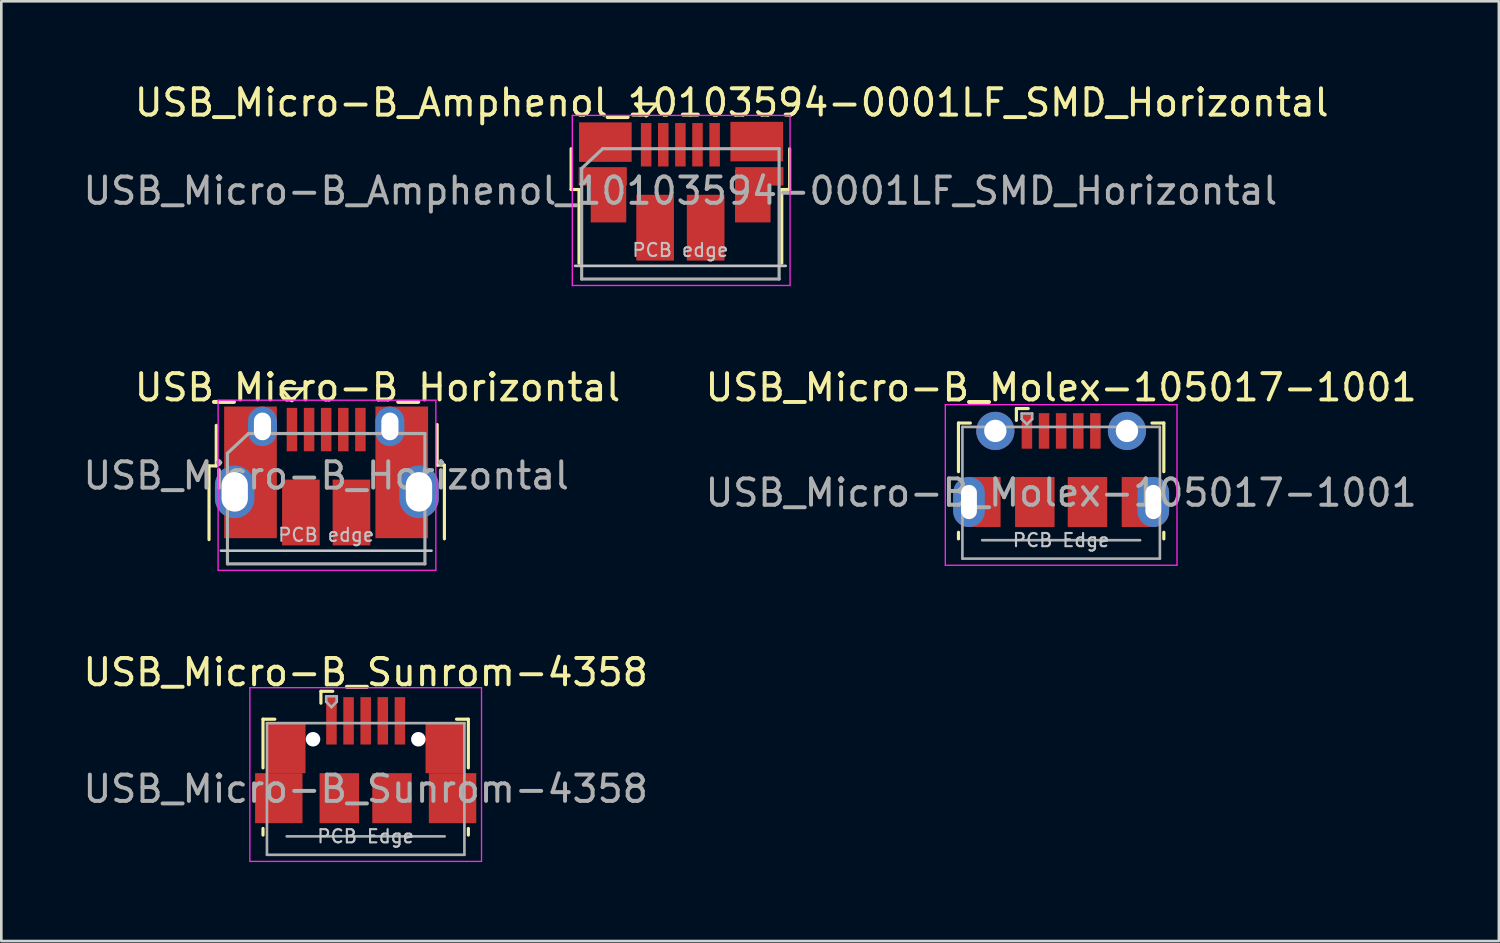
<source format=kicad_pcb>
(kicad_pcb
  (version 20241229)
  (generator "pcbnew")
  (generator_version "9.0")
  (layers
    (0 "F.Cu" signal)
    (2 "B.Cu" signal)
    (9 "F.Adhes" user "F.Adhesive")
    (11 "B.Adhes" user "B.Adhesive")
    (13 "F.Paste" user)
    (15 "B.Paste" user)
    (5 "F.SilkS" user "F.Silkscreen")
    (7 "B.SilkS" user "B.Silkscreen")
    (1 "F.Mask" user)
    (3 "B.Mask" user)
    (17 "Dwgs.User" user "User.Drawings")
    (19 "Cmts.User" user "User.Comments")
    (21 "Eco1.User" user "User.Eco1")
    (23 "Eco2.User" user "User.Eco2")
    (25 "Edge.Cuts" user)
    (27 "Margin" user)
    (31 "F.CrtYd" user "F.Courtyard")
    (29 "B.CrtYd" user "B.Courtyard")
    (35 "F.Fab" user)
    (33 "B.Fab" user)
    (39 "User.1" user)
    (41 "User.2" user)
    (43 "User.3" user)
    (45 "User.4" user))
  (footprint "USB_Micro-B_Sunrom-4358"
    (layer "F.Cu")
    (at 10.839 26.028)
    (property "Reference" "USB_Micro-B_Sunrom-4358" (at 0 -3.543 0) (layer "F.SilkS") (effects (font (size 1 1) (thickness 0.15))))
    (attr smd)
    (fp_line (start -3.9 -1.762) (end -3.45 -1.762) (stroke (width 0.12) (type solid)) (layer "F.SilkS"))
    (fp_line (start -3.9 0.087) (end -3.9 -1.762) (stroke (width 0.12) (type solid)) (layer "F.SilkS"))
    (fp_line (start -3.9 2.638) (end -3.9 2.388) (stroke (width 0.12) (type solid)) (layer "F.SilkS"))
    (fp_line (start -1.7 -2.821) (end -1.7 -2.37) (stroke (width 0.12) (type solid)) (layer "F.SilkS"))
    (fp_line (start -1.7 -2.821) (end -1.25 -2.821) (stroke (width 0.12) (type solid)) (layer "F.SilkS"))
    (fp_line (start 3.9 -1.762) (end 3.45 -1.762) (stroke (width 0.12) (type solid)) (layer "F.SilkS"))
    (fp_line (start 3.9 0.087) (end 3.9 -1.762) (stroke (width 0.12) (type solid)) (layer "F.SilkS"))
    (fp_line (start 3.9 2.638) (end 3.9 2.388) (stroke (width 0.12) (type solid)) (layer "F.SilkS"))
    (fp_line (start -4.4 -2.959) (end 4.4 -2.959) (stroke (width 0.05) (type solid)) (layer "F.CrtYd"))
    (fp_line (start -4.4 3.64) (end -4.4 -2.959) (stroke (width 0.05) (type solid)) (layer "F.CrtYd"))
    (fp_line (start -4.4 3.64) (end 4.4 3.64) (stroke (width 0.05) (type solid)) (layer "F.CrtYd"))
    (fp_line (start 4.4 -2.959) (end 4.4 3.64) (stroke (width 0.05) (type solid)) (layer "F.CrtYd"))
    (fp_line (start -3.75 -1.613) (end 3.75 -1.613) (stroke (width 0.1) (type solid)) (layer "F.Fab"))
    (fp_line (start -3.75 3.388) (end -3.75 -1.613) (stroke (width 0.1) (type solid)) (layer "F.Fab"))
    (fp_line (start -3.75 3.389) (end 3.75 3.389) (stroke (width 0.1) (type solid)) (layer "F.Fab"))
    (fp_line (start -3 2.689) (end 3 2.689) (stroke (width 0.1) (type solid)) (layer "F.Fab"))
    (fp_line (start -1.5 -2.631) (end -1.5 -2.421) (stroke (width 0.1) (type solid)) (layer "F.Fab"))
    (fp_line (start -1.5 -2.631) (end -1.1 -2.631) (stroke (width 0.1) (type solid)) (layer "F.Fab"))
    (fp_line (start -1.3 -2.22) (end -1.5 -2.421) (stroke (width 0.1) (type solid)) (layer "F.Fab"))
    (fp_line (start -1.1 -2.631) (end -1.1 -2.421) (stroke (width 0.1) (type solid)) (layer "F.Fab"))
    (fp_line (start -1.1 -2.421) (end -1.3 -2.22) (stroke (width 0.1) (type solid)) (layer "F.Fab"))
    (fp_line (start 3.75 3.388) (end 3.75 -1.613) (stroke (width 0.1) (type solid)) (layer "F.Fab"))
    (fp_text user "PCB Edge" (at 0 2.688 0) (layer "Dwgs.User") (effects (font (size 0.5 0.5) (thickness 0.08))))
    (fp_text user "${REFERENCE}" (at 0 0.887 0) (layer "F.Fab") (effects (font (size 1 1) (thickness 0.15))))
    (pad "" np_thru_hole circle (at -2 -1) (size 0.55 0.55) (drill 0.55) (layers "*.Cu" "*.Mask"))
    (pad "" np_thru_hole circle (at 2 -1) (size 0.55 0.55) (drill 0.55) (layers "*.Cu" "*.Mask"))
    (pad "1" smd rect (at -1.3 -1.7) (size 0.4 1.8) (layers "F.Cu" "F.Mask" "F.Paste"))
    (pad "2" smd rect (at -0.65 -1.7) (size 0.4 1.8) (layers "F.Cu" "F.Mask" "F.Paste"))
    (pad "3" smd rect (at 0 -1.7) (size 0.4 1.8) (layers "F.Cu" "F.Mask" "F.Paste"))
    (pad "4" smd rect (at 0.65 -1.7) (size 0.4 1.8) (layers "F.Cu" "F.Mask" "F.Paste"))
    (pad "5" smd rect (at 1.3 -1.7) (size 0.4 1.8) (layers "F.Cu" "F.Mask" "F.Paste"))
    (pad "6" smd rect (at -3.3 1.238) (size 1.8 1.9) (layers "F.Cu" "F.Mask" "F.Paste"))
    (pad "6" smd rect (at -3.035 -0.66) (size 1.5 1.9) (layers "F.Cu" "F.Mask" "F.Paste"))
    (pad "6" smd rect (at -1 1.238) (size 1.5 1.9) (layers "F.Cu" "F.Mask" "F.Paste"))
    (pad "6" smd rect (at 1 1.238) (size 1.5 1.9) (layers "F.Cu" "F.Mask" "F.Paste"))
    (pad "6" smd rect (at 3.023 -0.66) (size 1.5 1.9) (layers "F.Cu" "F.Mask" "F.Paste"))
    (pad "6" smd rect (at 3.3 1.238) (size 1.8 1.9) (layers "F.Cu" "F.Mask" "F.Paste")))
  (footprint "USB_Micro-B_Amphenol_10103594-0001LF_SMD_Horizontal"
    (layer "F.Cu")
    (at 22.817 4.213)
    (property "Reference" "USB_Micro-B_Amphenol_10103594-0001LF_SMD_Horizontal" (at 1.925 -3.365 0) (layer "F.SilkS") (effects (font (size 1 1) (thickness 0.15))))
    (attr smd)
    (fp_line (start -4.175 -0.065) (end -4.175 -1.615) (stroke (width 0.12) (type solid)) (layer "F.SilkS"))
    (fp_line (start -4.175 -0.065) (end -3.875 -0.065) (stroke (width 0.12) (type solid)) (layer "F.SilkS"))
    (fp_line (start -3.875 2.735) (end -3.875 -0.065) (stroke (width 0.12) (type solid)) (layer "F.SilkS"))
    (fp_line (start -1.725 -3.315) (end -0.925 -3.315) (stroke (width 0.12) (type solid)) (layer "F.SilkS"))
    (fp_line (start -1.325 -2.865) (end -1.725 -3.315) (stroke (width 0.12) (type solid)) (layer "F.SilkS"))
    (fp_line (start -0.925 -3.315) (end -1.325 -2.865) (stroke (width 0.12) (type solid)) (layer "F.SilkS"))
    (fp_line (start 3.825 -0.065) (end 4.125 -0.065) (stroke (width 0.12) (type solid)) (layer "F.SilkS"))
    (fp_line (start 3.825 2.735) (end 3.825 -0.065) (stroke (width 0.12) (type solid)) (layer "F.SilkS"))
    (fp_line (start 4.125 -0.065) (end 4.125 -1.615) (stroke (width 0.12) (type solid)) (layer "F.SilkS"))
    (fp_line (start -4.025 2.835) (end 3.975 2.835) (stroke (width 0.1) (type solid)) (layer "Dwgs.User"))
    (fp_line (start -4.13 -2.88) (end -4.13 3.58) (stroke (width 0.05) (type solid)) (layer "F.CrtYd"))
    (fp_line (start -4.13 -2.88) (end 4.14 -2.88) (stroke (width 0.05) (type solid)) (layer "F.CrtYd"))
    (fp_line (start 4.14 3.58) (end -4.13 3.58) (stroke (width 0.05) (type solid)) (layer "F.CrtYd"))
    (fp_line (start 4.14 3.58) (end 4.14 -2.88) (stroke (width 0.05) (type solid)) (layer "F.CrtYd"))
    (fp_line (start -3.775 -0.865) (end -2.975 -1.615) (stroke (width 0.12) (type solid)) (layer "F.Fab"))
    (fp_line (start -3.775 3.335) (end -3.775 -0.865) (stroke (width 0.12) (type solid)) (layer "F.Fab"))
    (fp_line (start -2.975 -1.615) (end 3.725 -1.615) (stroke (width 0.12) (type solid)) (layer "F.Fab"))
    (fp_line (start 3.725 -1.615) (end 3.725 3.335) (stroke (width 0.12) (type solid)) (layer "F.Fab"))
    (fp_line (start 3.725 3.335) (end -3.775 3.335) (stroke (width 0.12) (type solid)) (layer "F.Fab"))
    (fp_text user "PCB edge" (at -0.025 2.235 0) (layer "Dwgs.User") (effects (font (size 0.5 0.5) (thickness 0.075))))
    (fp_text user "${REFERENCE}" (at -0.025 -0.015 0) (layer "F.Fab") (effects (font (size 1 1) (thickness 0.15))))
    (pad "1" smd rect (at -1.325 -1.765 90) (size 1.65 0.4) (layers "F.Cu" "F.Mask" "F.Paste"))
    (pad "2" smd rect (at -0.675 -1.765 90) (size 1.65 0.4) (layers "F.Cu" "F.Mask" "F.Paste"))
    (pad "3" smd rect (at -0.025 -1.765 90) (size 1.65 0.4) (layers "F.Cu" "F.Mask" "F.Paste"))
    (pad "4" smd rect (at 0.625 -1.765 90) (size 1.65 0.4) (layers "F.Cu" "F.Mask" "F.Paste"))
    (pad "5" smd rect (at 1.275 -1.765 90) (size 1.65 0.4) (layers "F.Cu" "F.Mask" "F.Paste"))
    (pad "6" smd rect (at -2.975 -0.565) (size 1.825 0.7) (layers "F.Cu" "F.Mask" "F.Paste"))
    (pad "6" smd rect (at -2.875 -1.865) (size 2 1.5) (layers "F.Cu" "F.Mask" "F.Paste"))
    (pad "6" smd rect (at -2.755 0.185) (size 1.35 2) (layers "F.Cu" "F.Mask" "F.Paste"))
    (pad "6" smd rect (at -0.985 1.385 90) (size 2.5 1.43) (layers "F.Cu" "F.Mask" "F.Paste"))
    (pad "6" smd rect (at 0.935 1.385 90) (size 2.5 1.43) (layers "F.Cu" "F.Mask" "F.Paste"))
    (pad "6" smd rect (at 2.725 0.185) (size 1.35 2) (layers "F.Cu" "F.Mask" "F.Paste"))
    (pad "6" smd rect (at 2.875 -1.885) (size 2 1.5) (layers "F.Cu" "F.Mask" "F.Paste"))
    (pad "6" smd rect (at 2.975 -0.565) (size 1.825 0.7) (layers "F.Cu" "F.Mask" "F.Paste")))
  (footprint "USB_Micro-B_Horizontal"
    (layer "F.Cu")
    (at 9.364 15.031)
    (property "Reference" "USB_Micro-B_Horizontal" (at 1.925 -3.365 0) (layer "F.SilkS") (effects (font (size 1 1) (thickness 0.15))))
    (attr smd)
    (fp_line (start -4.475 -0.385) (end -4.2 -0.385) (stroke (width 0.12) (type solid)) (layer "F.SilkS"))
    (fp_line (start -4.475 2.415) (end -4.475 -0.385) (stroke (width 0.12) (type solid)) (layer "F.SilkS"))
    (fp_line (start -4.2 -0.385) (end -4.2 -1.925) (stroke (width 0.12) (type solid)) (layer "F.SilkS"))
    (fp_line (start -1.725 -3.315) (end -0.925 -3.315) (stroke (width 0.12) (type solid)) (layer "F.SilkS"))
    (fp_line (start -1.325 -2.865) (end -1.725 -3.315) (stroke (width 0.12) (type solid)) (layer "F.SilkS"))
    (fp_line (start -0.925 -3.315) (end -1.325 -2.865) (stroke (width 0.12) (type solid)) (layer "F.SilkS"))
    (fp_line (start 4.19 -0.415) (end 4.19 -1.955) (stroke (width 0.12) (type solid)) (layer "F.SilkS"))
    (fp_line (start 4.19 -0.415) (end 4.465 -0.415) (stroke (width 0.12) (type solid)) (layer "F.SilkS"))
    (fp_line (start 4.465 2.385) (end 4.465 -0.415) (stroke (width 0.12) (type solid)) (layer "F.SilkS"))
    (fp_line (start -4.025 2.835) (end 3.975 2.835) (stroke (width 0.1) (type solid)) (layer "Dwgs.User"))
    (fp_line (start -4.13 -2.88) (end -4.13 3.58) (stroke (width 0.05) (type solid)) (layer "F.CrtYd"))
    (fp_line (start -4.13 -2.88) (end 4.14 -2.88) (stroke (width 0.05) (type solid)) (layer "F.CrtYd"))
    (fp_line (start 4.14 3.58) (end -4.13 3.58) (stroke (width 0.05) (type solid)) (layer "F.CrtYd"))
    (fp_line (start 4.14 3.58) (end 4.14 -2.88) (stroke (width 0.05) (type solid)) (layer "F.CrtYd"))
    (fp_line (start -3.775 -0.865) (end -2.975 -1.615) (stroke (width 0.12) (type solid)) (layer "F.Fab"))
    (fp_line (start -3.775 3.335) (end -3.775 -0.865) (stroke (width 0.12) (type solid)) (layer "F.Fab"))
    (fp_line (start -2.975 -1.615) (end 3.725 -1.615) (stroke (width 0.12) (type solid)) (layer "F.Fab"))
    (fp_line (start 3.725 -1.615) (end 3.725 3.335) (stroke (width 0.12) (type solid)) (layer "F.Fab"))
    (fp_line (start 3.725 3.335) (end -3.775 3.335) (stroke (width 0.12) (type solid)) (layer "F.Fab"))
    (fp_text user "PCB edge" (at -0.025 2.235 0) (layer "Dwgs.User") (effects (font (size 0.5 0.5) (thickness 0.075))))
    (fp_text user "${REFERENCE}" (at -0.025 -0.015 0) (layer "F.Fab") (effects (font (size 1 1) (thickness 0.15))))
    (pad "1" smd rect (at -1.325 -1.765 90) (size 1.65 0.4) (layers "F.Cu" "F.Mask" "F.Paste"))
    (pad "2" smd rect (at -0.675 -1.765 90) (size 1.65 0.4) (layers "F.Cu" "F.Mask" "F.Paste"))
    (pad "3" smd rect (at -0.025 -1.765 90) (size 1.65 0.4) (layers "F.Cu" "F.Mask" "F.Paste"))
    (pad "4" smd rect (at 0.625 -1.765 90) (size 1.65 0.4) (layers "F.Cu" "F.Mask" "F.Paste"))
    (pad "5" smd rect (at 1.275 -1.765 90) (size 1.65 0.4) (layers "F.Cu" "F.Mask" "F.Paste"))
    (pad "6" thru_hole oval (at -3.5 0.6 90) (size 2 1.5) (drill oval 1.5 1) (layers "*.Cu" "*.Mask"))
    (pad "6" smd rect (at -2.9 -0.14) (size 2 5) (layers "F.Cu" "F.Mask" "F.Paste"))
    (pad "6" thru_hole oval (at -2.445 -1.885 90) (size 1.5 1.1) (drill oval 1.05 0.65) (layers "*.Cu" "*.Mask"))
    (pad "6" smd rect (at -0.985 1.385 90) (size 2.5 1.43) (layers "F.Cu" "F.Mask" "F.Paste"))
    (pad "6" smd rect (at 0.935 1.385 90) (size 2.5 1.43) (layers "F.Cu" "F.Mask" "F.Paste"))
    (pad "6" thru_hole oval (at 2.395 -1.885 90) (size 1.5 1.1) (drill oval 1.05 0.65) (layers "*.Cu" "*.Mask"))
    (pad "6" smd rect (at 2.845 -0.14) (size 2 5) (layers "F.Cu" "F.Mask" "F.Paste"))
    (pad "6" thru_hole oval (at 3.5 0.6 90) (size 2 1.5) (drill oval 1.5 1) (layers "*.Cu" "*.Mask")))
  (footprint "USB_Micro-B_Molex-105017-1001"
    (layer "F.Cu")
    (at 37.254 14.779)
    (property "Reference" "USB_Micro-B_Molex-105017-1001" (at 0 -3.112 0) (layer "F.SilkS") (effects (font (size 1 1) (thickness 0.15))))
    (attr smd)
    (fp_line (start -3.9 -1.762) (end -3.45 -1.762) (stroke (width 0.12) (type solid)) (layer "F.SilkS"))
    (fp_line (start -3.9 0.087) (end -3.9 -1.762) (stroke (width 0.12) (type solid)) (layer "F.SilkS"))
    (fp_line (start -3.9 2.638) (end -3.9 2.388) (stroke (width 0.12) (type solid)) (layer "F.SilkS"))
    (fp_line (start -1.7 -2.312) (end -1.7 -1.863) (stroke (width 0.12) (type solid)) (layer "F.SilkS"))
    (fp_line (start -1.7 -2.312) (end -1.25 -2.312) (stroke (width 0.12) (type solid)) (layer "F.SilkS"))
    (fp_line (start 3.9 -1.762) (end 3.45 -1.762) (stroke (width 0.12) (type solid)) (layer "F.SilkS"))
    (fp_line (start 3.9 0.087) (end 3.9 -1.762) (stroke (width 0.12) (type solid)) (layer "F.SilkS"))
    (fp_line (start 3.9 2.638) (end 3.9 2.388) (stroke (width 0.12) (type solid)) (layer "F.SilkS"))
    (fp_line (start -4.4 -2.46) (end 4.4 -2.46) (stroke (width 0.05) (type solid)) (layer "F.CrtYd"))
    (fp_line (start -4.4 3.64) (end -4.4 -2.46) (stroke (width 0.05) (type solid)) (layer "F.CrtYd"))
    (fp_line (start -4.4 3.64) (end 4.4 3.64) (stroke (width 0.05) (type solid)) (layer "F.CrtYd"))
    (fp_line (start 4.4 -2.46) (end 4.4 3.64) (stroke (width 0.05) (type solid)) (layer "F.CrtYd"))
    (fp_line (start -3.75 -1.613) (end 3.75 -1.613) (stroke (width 0.1) (type solid)) (layer "F.Fab"))
    (fp_line (start -3.75 3.388) (end -3.75 -1.613) (stroke (width 0.1) (type solid)) (layer "F.Fab"))
    (fp_line (start -3.75 3.389) (end 3.75 3.389) (stroke (width 0.1) (type solid)) (layer "F.Fab"))
    (fp_line (start -3 2.689) (end 3 2.689) (stroke (width 0.1) (type solid)) (layer "F.Fab"))
    (fp_line (start -1.5 -2.123) (end -1.5 -1.913) (stroke (width 0.1) (type solid)) (layer "F.Fab"))
    (fp_line (start -1.5 -2.123) (end -1.1 -2.123) (stroke (width 0.1) (type solid)) (layer "F.Fab"))
    (fp_line (start -1.3 -1.712) (end -1.5 -1.913) (stroke (width 0.1) (type solid)) (layer "F.Fab"))
    (fp_line (start -1.1 -2.123) (end -1.1 -1.913) (stroke (width 0.1) (type solid)) (layer "F.Fab"))
    (fp_line (start -1.1 -1.913) (end -1.3 -1.712) (stroke (width 0.1) (type solid)) (layer "F.Fab"))
    (fp_line (start 3.75 3.388) (end 3.75 -1.613) (stroke (width 0.1) (type solid)) (layer "F.Fab"))
    (fp_text user "PCB Edge" (at 0 2.688 0) (layer "Dwgs.User") (effects (font (size 0.5 0.5) (thickness 0.08))))
    (fp_text user "${REFERENCE}" (at 0 0.887 0) (layer "F.Fab") (effects (font (size 1 1) (thickness 0.15))))
    (pad "1" smd rect (at -1.3 -1.462) (size 0.4 1.35) (layers "F.Cu" "F.Mask" "F.Paste"))
    (pad "2" smd rect (at -0.65 -1.462) (size 0.4 1.35) (layers "F.Cu" "F.Mask" "F.Paste"))
    (pad "3" smd rect (at 0 -1.462) (size 0.4 1.35) (layers "F.Cu" "F.Mask" "F.Paste"))
    (pad "4" smd rect (at 0.65 -1.462) (size 0.4 1.35) (layers "F.Cu" "F.Mask" "F.Paste"))
    (pad "5" smd rect (at 1.3 -1.462) (size 0.4 1.35) (layers "F.Cu" "F.Mask" "F.Paste"))
    (pad "6" thru_hole oval (at -3.5 1.238 180) (size 1.2 1.9) (drill oval 0.6 1.3) (layers "*.Cu" "*.Mask"))
    (pad "6" smd rect (at -2.9 1.238) (size 1.2 1.9) (layers "F.Cu" "F.Mask"))
    (pad "6" thru_hole circle (at -2.5 -1.462) (size 1.45 1.45) (drill 0.85) (layers "*.Cu" "*.Mask"))
    (pad "6" smd rect (at -1 1.238) (size 1.5 1.9) (layers "F.Cu" "F.Mask" "F.Paste"))
    (pad "6" smd rect (at 1 1.238) (size 1.5 1.9) (layers "F.Cu" "F.Mask" "F.Paste"))
    (pad "6" thru_hole circle (at 2.5 -1.462) (size 1.45 1.45) (drill 0.85) (layers "*.Cu" "*.Mask"))
    (pad "6" smd rect (at 2.9 1.238) (size 1.2 1.9) (layers "F.Cu" "F.Mask"))
    (pad "6" thru_hole oval (at 3.5 1.238) (size 1.2 1.9) (drill oval 0.6 1.3) (layers "*.Cu" "*.Mask")))
  (gr_rect
    (start -3 -3)
    (end 53.879 32.693)
    (stroke (width 0.1) (type default))
    (fill no)
    (layer "Edge.Cuts")))
</source>
